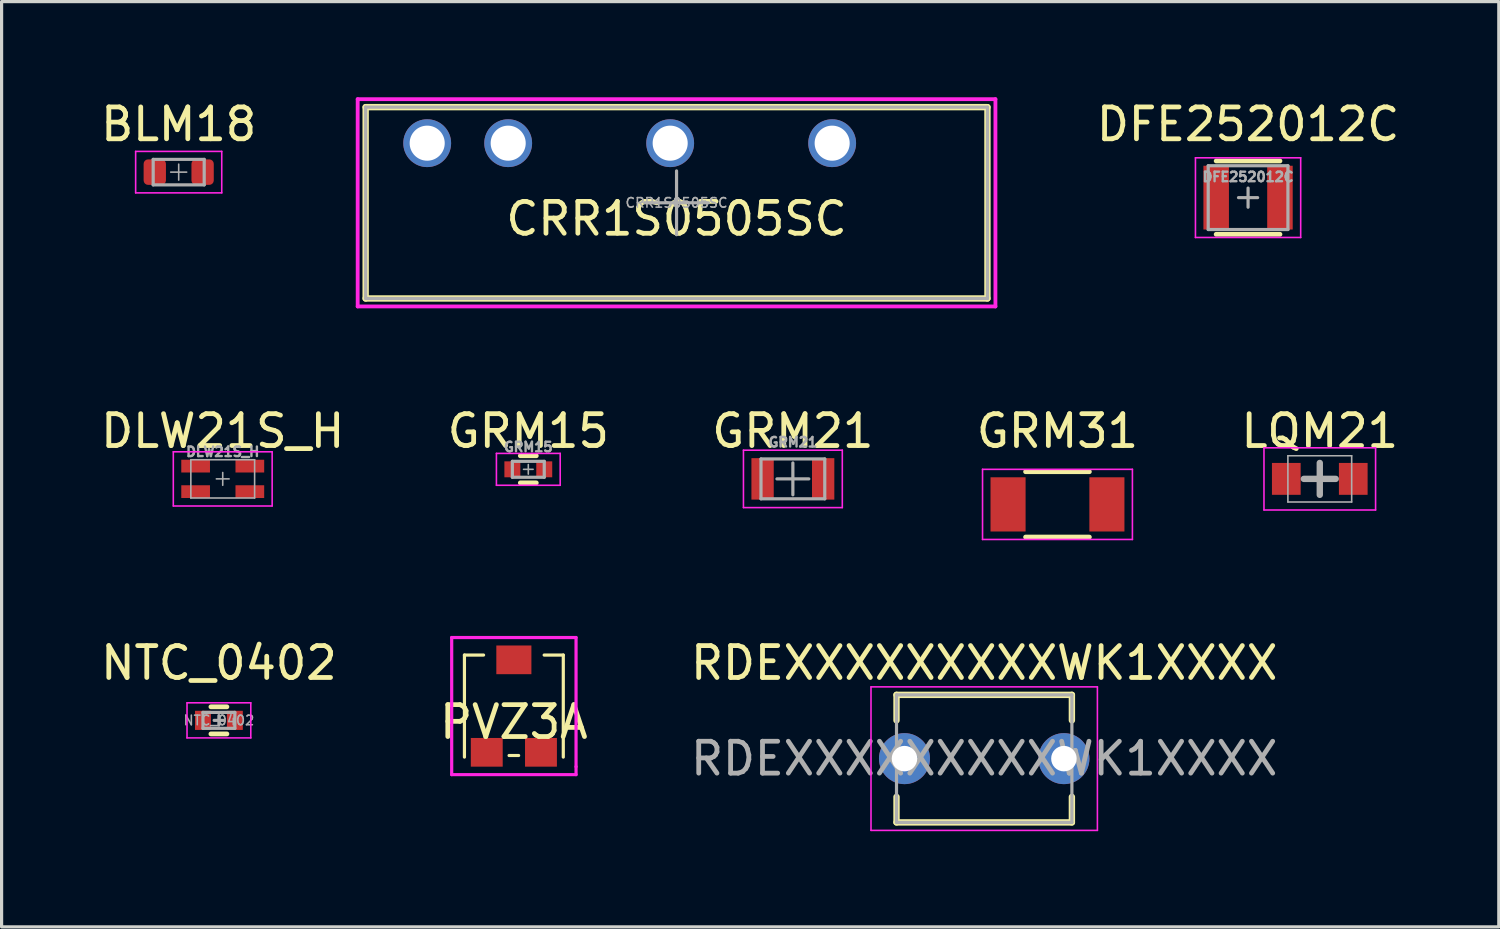
<source format=kicad_pcb>
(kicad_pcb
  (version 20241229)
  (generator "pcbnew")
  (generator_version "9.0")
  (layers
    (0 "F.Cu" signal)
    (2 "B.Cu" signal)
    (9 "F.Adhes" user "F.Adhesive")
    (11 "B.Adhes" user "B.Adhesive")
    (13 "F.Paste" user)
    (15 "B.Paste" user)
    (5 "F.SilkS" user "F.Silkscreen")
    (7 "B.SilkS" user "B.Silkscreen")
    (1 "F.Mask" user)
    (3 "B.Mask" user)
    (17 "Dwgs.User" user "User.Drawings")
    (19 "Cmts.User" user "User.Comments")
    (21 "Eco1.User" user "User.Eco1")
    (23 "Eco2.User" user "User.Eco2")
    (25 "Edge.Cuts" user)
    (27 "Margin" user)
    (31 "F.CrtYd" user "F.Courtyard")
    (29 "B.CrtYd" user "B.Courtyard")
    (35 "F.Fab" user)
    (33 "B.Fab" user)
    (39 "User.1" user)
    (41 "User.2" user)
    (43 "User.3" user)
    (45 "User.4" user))
  (footprint "DLW21S_H"
    (layer "F.Cu")
    (at 3.935 11.968)
    (property "Reference" "DLW21S_H" (at 0 -1.5 0) (layer "F.SilkS") (effects (font (size 1 1) (thickness 0.15))))
    (attr smd)
    (fp_line (start -1.55 -0.85) (end 1.55 -0.85) (stroke (width 0.05) (type solid)) (layer "F.CrtYd"))
    (fp_line (start -1.55 0.85) (end -1.55 -0.85) (stroke (width 0.05) (type solid)) (layer "F.CrtYd"))
    (fp_line (start 1.55 -0.85) (end 1.55 0.85) (stroke (width 0.05) (type solid)) (layer "F.CrtYd"))
    (fp_line (start 1.55 0.85) (end -1.55 0.85) (stroke (width 0.05) (type solid)) (layer "F.CrtYd"))
    (fp_line (start -1 -0.6) (end 1 -0.6) (stroke (width 0.05) (type solid)) (layer "F.Fab"))
    (fp_line (start -1 0.6) (end -1 -0.6) (stroke (width 0.05) (type solid)) (layer "F.Fab"))
    (fp_line (start -0.2 0) (end 0.2 0) (stroke (width 0.05) (type solid)) (layer "F.Fab"))
    (fp_line (start 0 -0.2) (end 0 0.2) (stroke (width 0.05) (type solid)) (layer "F.Fab"))
    (fp_line (start 1 -0.6) (end 1 0.6) (stroke (width 0.05) (type solid)) (layer "F.Fab"))
    (fp_line (start 1 0.6) (end -1 0.6) (stroke (width 0.05) (type solid)) (layer "F.Fab"))
    (fp_text user "${REFERENCE}" (at 0 -0.85 0) (layer "F.Fab") (effects (font (size 0.3 0.3) (thickness 0.075))))
    (pad "1" smd rect (at -0.85 -0.4) (size 0.9 0.4) (layers "F.Cu" "F.Mask" "F.Paste"))
    (pad "2" smd rect (at 0.85 -0.4) (size 0.9 0.4) (layers "F.Cu" "F.Mask" "F.Paste"))
    (pad "3" smd rect (at 0.85 0.4) (size 0.9 0.4) (layers "F.Cu" "F.Mask" "F.Paste"))
    (pad "4" smd rect (at -0.85 0.4) (size 0.9 0.4) (layers "F.Cu" "F.Mask" "F.Paste")))
  (footprint "DFE252012C"
    (layer "F.Cu")
    (at 36.09 3.148)
    (property "Reference" "DFE252012C" (at 0 -2.3 0) (layer "F.SilkS") (effects (font (size 1 1) (thickness 0.15))))
    (attr smd)
    (fp_line (start -1 1.15) (end 1 1.15) (stroke (width 0.15) (type solid)) (layer "F.SilkS"))
    (fp_line (start 1 -1.15) (end -1 -1.15) (stroke (width 0.15) (type solid)) (layer "F.SilkS"))
    (fp_line (start -1.65 -1.25) (end -1.65 1.25) (stroke (width 0.05) (type solid)) (layer "F.CrtYd"))
    (fp_line (start -1.65 -1.25) (end 1.65 -1.25) (stroke (width 0.05) (type solid)) (layer "F.CrtYd"))
    (fp_line (start -1.65 1.25) (end 1.65 1.25) (stroke (width 0.05) (type solid)) (layer "F.CrtYd"))
    (fp_line (start 1.65 -1.25) (end 1.65 1.25) (stroke (width 0.05) (type solid)) (layer "F.CrtYd"))
    (fp_line (start -1.25 -1) (end 1.25 -1) (stroke (width 0.1) (type solid)) (layer "F.Fab"))
    (fp_line (start -1.25 1) (end -1.25 -1) (stroke (width 0.1) (type solid)) (layer "F.Fab"))
    (fp_line (start -0.3 0) (end 0.3 0) (stroke (width 0.1) (type solid)) (layer "F.Fab"))
    (fp_line (start 0 -0.3) (end 0 0.3) (stroke (width 0.1) (type solid)) (layer "F.Fab"))
    (fp_line (start 1.25 -1) (end 1.25 1) (stroke (width 0.1) (type solid)) (layer "F.Fab"))
    (fp_line (start 1.25 1) (end -1.25 1) (stroke (width 0.1) (type solid)) (layer "F.Fab"))
    (fp_text user "${REFERENCE}" (at 0 -0.65 0) (layer "F.Fab") (effects (font (size 0.3 0.3) (thickness 0.075))))
    (pad "1" smd rect (at -1 0) (size 0.8 2) (layers "F.Cu" "F.Mask" "F.Paste"))
    (pad "2" smd rect (at 1 0) (size 0.8 2) (layers "F.Cu" "F.Mask" "F.Paste")))
  (footprint "BLM18"
    (layer "F.Cu")
    (at 2.554 2.348)
    (property "Reference" "BLM18" (at 0 -1.5 0) (layer "F.SilkS") (effects (font (size 1 1) (thickness 0.15))))
    (attr smd)
    (fp_line (start -1.35 -0.65) (end 1.35 -0.65) (stroke (width 0.05) (type solid)) (layer "F.CrtYd"))
    (fp_line (start -1.35 0.65) (end -1.35 -0.65) (stroke (width 0.05) (type solid)) (layer "F.CrtYd"))
    (fp_line (start 1.35 -0.65) (end 1.35 0.65) (stroke (width 0.05) (type solid)) (layer "F.CrtYd"))
    (fp_line (start 1.35 0.65) (end -1.35 0.65) (stroke (width 0.05) (type solid)) (layer "F.CrtYd"))
    (fp_line (start -0.8 -0.4) (end 0.8 -0.4) (stroke (width 0.1) (type solid)) (layer "F.Fab"))
    (fp_line (start -0.8 0.4) (end -0.8 -0.4) (stroke (width 0.1) (type solid)) (layer "F.Fab"))
    (fp_line (start -0.25 0) (end 0.25 0) (stroke (width 0.05) (type solid)) (layer "F.Fab"))
    (fp_line (start 0 -0.25) (end 0 0.25) (stroke (width 0.05) (type solid)) (layer "F.Fab"))
    (fp_line (start 0.8 -0.4) (end 0.8 0.4) (stroke (width 0.1) (type solid)) (layer "F.Fab"))
    (fp_line (start 0.8 0.4) (end -0.8 0.4) (stroke (width 0.1) (type solid)) (layer "F.Fab"))
    (pad "1" smd roundrect (at -0.75 0) (size 0.7 0.8) (layers "F.Cu" "F.Mask" "F.Paste") (roundrect_rratio 0.2))
    (pad "2" smd roundrect (at 0.75 0) (size 0.7 0.8) (layers "F.Cu" "F.Mask" "F.Paste") (roundrect_rratio 0.2)))
  (footprint "LQM21"
    (layer "F.Cu")
    (at 38.339 11.968)
    (property "Reference" "LQM21" (at 0 -1.5 0) (layer "F.SilkS") (effects (font (size 1 1) (thickness 0.15))))
    (attr smd)
    (fp_line (start -1.75 -0.975) (end 1.75 -0.975) (stroke (width 0.05) (type solid)) (layer "F.CrtYd"))
    (fp_line (start -1.75 0.975) (end -1.75 -0.975) (stroke (width 0.05) (type solid)) (layer "F.CrtYd"))
    (fp_line (start 1.75 -0.975) (end 1.75 0.975) (stroke (width 0.05) (type solid)) (layer "F.CrtYd"))
    (fp_line (start 1.75 0.975) (end -1.75 0.975) (stroke (width 0.05) (type solid)) (layer "F.CrtYd"))
    (fp_line (start -1 -0.725) (end 1 -0.725) (stroke (width 0.05) (type solid)) (layer "F.Fab"))
    (fp_line (start -1 0.725) (end -1 -0.725) (stroke (width 0.05) (type solid)) (layer "F.Fab"))
    (fp_line (start -0.5 0) (end 0.5 0) (stroke (width 0.2) (type solid)) (layer "F.Fab"))
    (fp_line (start 0 -0.5) (end 0 0.5) (stroke (width 0.2) (type solid)) (layer "F.Fab"))
    (fp_line (start 1 -0.725) (end 1 0.725) (stroke (width 0.05) (type solid)) (layer "F.Fab"))
    (fp_line (start 1 0.725) (end -1 0.725) (stroke (width 0.05) (type solid)) (layer "F.Fab"))
    (pad "1" smd rect (at -1.05 0) (size 0.9 1) (layers "F.Cu" "F.Mask" "F.Paste"))
    (pad "2" smd rect (at 1.05 0) (size 0.9 1) (layers "F.Cu" "F.Mask" "F.Paste")))
  (footprint "NTC_0402"
    (layer "F.Cu")
    (at 3.815 19.541)
    (property "Reference" "NTC_0402" (at 0 -1.8 0) (layer "F.SilkS") (effects (font (size 1 1) (thickness 0.15))))
    (attr smd)
    (fp_line (start -0.25 0.425) (end 0.25 0.425) (stroke (width 0.15) (type solid)) (layer "F.SilkS"))
    (fp_line (start 0.25 -0.425) (end -0.25 -0.425) (stroke (width 0.15) (type solid)) (layer "F.SilkS"))
    (fp_line (start -1 -0.55) (end -1 0.55) (stroke (width 0.05) (type solid)) (layer "F.CrtYd"))
    (fp_line (start -1 -0.55) (end 1 -0.55) (stroke (width 0.05) (type solid)) (layer "F.CrtYd"))
    (fp_line (start -1 0.55) (end 1 0.55) (stroke (width 0.05) (type solid)) (layer "F.CrtYd"))
    (fp_line (start 1 -0.55) (end 1 0.55) (stroke (width 0.05) (type solid)) (layer "F.CrtYd"))
    (fp_line (start -0.5 -0.25) (end 0.5 -0.25) (stroke (width 0.1) (type solid)) (layer "F.Fab"))
    (fp_line (start -0.5 0.25) (end -0.5 -0.25) (stroke (width 0.1) (type solid)) (layer "F.Fab"))
    (fp_line (start -0.15 0) (end 0.15 0) (stroke (width 0.1) (type solid)) (layer "F.Fab"))
    (fp_line (start 0 -0.15) (end 0 0.15) (stroke (width 0.1) (type solid)) (layer "F.Fab"))
    (fp_line (start 0.5 -0.25) (end 0.5 0.25) (stroke (width 0.1) (type solid)) (layer "F.Fab"))
    (fp_line (start 0.5 0.25) (end -0.5 0.25) (stroke (width 0.1) (type solid)) (layer "F.Fab"))
    (fp_text user "${REFERENCE}" (at 0 0 0) (layer "F.Fab") (effects (font (size 0.3 0.3) (thickness 0.05))))
    (pad "1" smd rect (at -0.5 0) (size 0.5 0.6) (layers "F.Cu" "F.Mask" "F.Paste"))
    (pad "2" smd rect (at 0.5 0) (size 0.5 0.6) (layers "F.Cu" "F.Mask" "F.Paste")))
  (footprint "PVZ3A"
    (layer "F.Cu")
    (at 13.065 19.093)
    (property "Reference" "PVZ3A" (at 0 0.5 0) (layer "F.SilkS") (effects (font (size 1 1) (thickness 0.15))))
    (attr smd)
    (fp_line (start -1.55 -1.6) (end -1.55 1.6) (stroke (width 0.1) (type solid)) (layer "F.SilkS"))
    (fp_line (start -1.55 -1.6) (end -0.95 -1.6) (stroke (width 0.1) (type solid)) (layer "F.SilkS"))
    (fp_line (start -0.15 1.55) (end 0.15 1.55) (stroke (width 0.1) (type solid)) (layer "F.SilkS"))
    (fp_line (start 0.95 -1.6) (end 1.55 -1.6) (stroke (width 0.1) (type solid)) (layer "F.SilkS"))
    (fp_line (start 1.55 -1.6) (end 1.55 1.6) (stroke (width 0.1) (type solid)) (layer "F.SilkS"))
    (fp_line (start -1.95 -2.15) (end 1.95 -2.15) (stroke (width 0.1) (type solid)) (layer "F.CrtYd"))
    (fp_line (start -1.95 2.15) (end -1.95 -2.15) (stroke (width 0.1) (type solid)) (layer "F.CrtYd"))
    (fp_line (start 1.95 -2.15) (end 1.95 1.9) (stroke (width 0.1) (type solid)) (layer "F.CrtYd"))
    (fp_line (start 1.95 1.9) (end 1.95 2.15) (stroke (width 0.1) (type solid)) (layer "F.CrtYd"))
    (fp_line (start 1.95 2.15) (end -1.95 2.15) (stroke (width 0.1) (type solid)) (layer "F.CrtYd"))
    (pad "1" smd rect (at -0.85 1.45) (size 1 0.9) (layers "F.Cu" "F.Mask" "F.Paste"))
    (pad "2" smd rect (at 0 -1.45) (size 1.1 0.9) (layers "F.Cu" "F.Mask" "F.Paste"))
    (pad "3" smd rect (at 0.85 1.45) (size 1 0.9) (layers "F.Cu" "F.Mask" "F.Paste")))
  (footprint "RDEXXXXXXXXXWK1XXXX"
    (layer "F.Cu")
    (at 27.815 20.741)
    (property "Reference" "RDEXXXXXXXXXWK1XXXX" (at 0 -3 0) (layer "F.SilkS") (effects (font (size 1 1) (thickness 0.15))))
    (attr through_hole)
    (fp_line (start -2.75 -2) (end -2.75 -1.2) (stroke (width 0.2) (type solid)) (layer "F.SilkS"))
    (fp_line (start -2.75 -2) (end 2.75 -2) (stroke (width 0.2) (type solid)) (layer "F.SilkS"))
    (fp_line (start -2.75 2) (end -2.75 1.2) (stroke (width 0.2) (type solid)) (layer "F.SilkS"))
    (fp_line (start -2.75 2) (end 2.75 2) (stroke (width 0.2) (type solid)) (layer "F.SilkS"))
    (fp_line (start 2.75 -2) (end 2.75 -1.2) (stroke (width 0.2) (type solid)) (layer "F.SilkS"))
    (fp_line (start 2.75 2) (end 2.75 1.2) (stroke (width 0.2) (type solid)) (layer "F.SilkS"))
    (fp_line (start -3.55 -2.25) (end -3.55 2.25) (stroke (width 0.05) (type solid)) (layer "F.CrtYd"))
    (fp_line (start -3.55 -2.25) (end 3.55 -2.25) (stroke (width 0.05) (type solid)) (layer "F.CrtYd"))
    (fp_line (start -3.55 2.25) (end 3.55 2.25) (stroke (width 0.05) (type solid)) (layer "F.CrtYd"))
    (fp_line (start 3.55 2.25) (end 3.55 -2.25) (stroke (width 0.05) (type solid)) (layer "F.CrtYd"))
    (fp_line (start -2.75 -2) (end -2.75 2) (stroke (width 0.1) (type solid)) (layer "F.Fab"))
    (fp_line (start -2.75 2) (end 2.75 2) (stroke (width 0.1) (type solid)) (layer "F.Fab"))
    (fp_line (start 2.75 -2) (end -2.75 -2) (stroke (width 0.1) (type solid)) (layer "F.Fab"))
    (fp_line (start 2.75 2) (end 2.75 -2) (stroke (width 0.1) (type solid)) (layer "F.Fab"))
    (fp_text user "${REFERENCE}" (at 0 0 0) (layer "F.Fab") (effects (font (size 1 1) (thickness 0.15))))
    (pad "1" thru_hole circle (at -2.5 0) (size 1.6 1.6) (drill 0.8) (layers "*.Cu" "*.Mask"))
    (pad "2" thru_hole circle (at 2.5 0) (size 1.6 1.6) (drill 0.8) (layers "*.Cu" "*.Mask")))
  (footprint "GRM21"
    (layer "F.Cu")
    (at 21.815 11.968)
    (property "Reference" "GRM21" (at 0 -1.5 0) (layer "F.SilkS") (effects (font (size 1 1) (thickness 0.15))))
    (attr smd)
    (fp_line (start -1.55 -0.9) (end 1.55 -0.9) (stroke (width 0.05) (type solid)) (layer "F.CrtYd"))
    (fp_line (start -1.55 0.9) (end -1.55 -0.9) (stroke (width 0.05) (type solid)) (layer "F.CrtYd"))
    (fp_line (start 1.55 -0.9) (end 1.55 0.9) (stroke (width 0.05) (type solid)) (layer "F.CrtYd"))
    (fp_line (start 1.55 0.9) (end -1.55 0.9) (stroke (width 0.05) (type solid)) (layer "F.CrtYd"))
    (fp_line (start -1 -0.625) (end 1 -0.625) (stroke (width 0.1) (type solid)) (layer "F.Fab"))
    (fp_line (start -1 0.625) (end -1 -0.625) (stroke (width 0.1) (type solid)) (layer "F.Fab"))
    (fp_line (start -0.5 0) (end 0.5 0) (stroke (width 0.1) (type solid)) (layer "F.Fab"))
    (fp_line (start 0 -0.5) (end 0 0.5) (stroke (width 0.1) (type solid)) (layer "F.Fab"))
    (fp_line (start 1 -0.625) (end 1 0.625) (stroke (width 0.1) (type solid)) (layer "F.Fab"))
    (fp_line (start 1 0.625) (end -1 0.625) (stroke (width 0.1) (type solid)) (layer "F.Fab"))
    (fp_text user "${REFERENCE}" (at 0 -1.15 0) (layer "F.Fab") (effects (font (size 0.3 0.3) (thickness 0.075))))
    (pad "1" smd rect (at -0.95 0) (size 0.7 1.3) (layers "F.Cu" "F.Mask" "F.Paste"))
    (pad "2" smd rect (at 0.95 0) (size 0.7 1.3) (layers "F.Cu" "F.Mask" "F.Paste")))
  (footprint "GRM15"
    (layer "F.Cu")
    (at 13.518 11.668)
    (property "Reference" "GRM15" (at 0 -1.2 0) (layer "F.SilkS") (effects (font (size 1 1) (thickness 0.15))))
    (attr smd)
    (fp_line (start -0.25 0.425) (end 0.25 0.425) (stroke (width 0.15) (type solid)) (layer "F.SilkS"))
    (fp_line (start 0.25 -0.425) (end -0.25 -0.425) (stroke (width 0.15) (type solid)) (layer "F.SilkS"))
    (fp_line (start -1 -0.5) (end 1 -0.5) (stroke (width 0.05) (type solid)) (layer "F.CrtYd"))
    (fp_line (start -1 0.5) (end -1 -0.5) (stroke (width 0.05) (type solid)) (layer "F.CrtYd"))
    (fp_line (start 1 -0.5) (end 1 0.5) (stroke (width 0.05) (type solid)) (layer "F.CrtYd"))
    (fp_line (start 1 0.5) (end -1 0.5) (stroke (width 0.05) (type solid)) (layer "F.CrtYd"))
    (fp_line (start -0.5 -0.25) (end 0.5 -0.25) (stroke (width 0.1) (type solid)) (layer "F.Fab"))
    (fp_line (start -0.5 0.25) (end -0.5 -0.25) (stroke (width 0.1) (type solid)) (layer "F.Fab"))
    (fp_line (start -0.15 0) (end 0.15 0) (stroke (width 0.05) (type solid)) (layer "F.Fab"))
    (fp_line (start 0 -0.15) (end 0 0.15) (stroke (width 0.05) (type solid)) (layer "F.Fab"))
    (fp_line (start 0.5 -0.25) (end 0.5 0.25) (stroke (width 0.1) (type solid)) (layer "F.Fab"))
    (fp_line (start 0.5 0.25) (end -0.5 0.25) (stroke (width 0.1) (type solid)) (layer "F.Fab"))
    (fp_text user "${REFERENCE}" (at 0 -0.7 0) (layer "F.Fab") (effects (font (size 0.3 0.3) (thickness 0.075))))
    (pad "1" smd rect (at -0.5 0) (size 0.5 0.5) (layers "F.Cu" "F.Mask" "F.Paste"))
    (pad "2" smd rect (at 0.5 0) (size 0.5 0.5) (layers "F.Cu" "F.Mask" "F.Paste")))
  (footprint "CRR1S0505SC"
    (layer "F.Cu")
    (at 18.167 3.31)
    (property "Reference" "CRR1S0505SC" (at 0 0.5 0) (layer "F.SilkS") (effects (font (size 1 1) (thickness 0.15))))
    (attr through_hole)
    (fp_line (start -9.75 -3) (end -9.75 3) (stroke (width 0.2) (type solid)) (layer "F.SilkS"))
    (fp_line (start -9.75 3) (end 9.75 3) (stroke (width 0.2) (type solid)) (layer "F.SilkS"))
    (fp_line (start 9.75 -3) (end -9.75 -3) (stroke (width 0.2) (type solid)) (layer "F.SilkS"))
    (fp_line (start 9.75 3) (end 9.75 -3) (stroke (width 0.2) (type solid)) (layer "F.SilkS"))
    (fp_line (start -10 -3.25) (end 10 -3.25) (stroke (width 0.12) (type solid)) (layer "F.CrtYd"))
    (fp_line (start -10 3.25) (end -10 -3.25) (stroke (width 0.12) (type solid)) (layer "F.CrtYd"))
    (fp_line (start 10 -3.25) (end 10 3.25) (stroke (width 0.12) (type solid)) (layer "F.CrtYd"))
    (fp_line (start 10 3.25) (end -10 3.25) (stroke (width 0.12) (type solid)) (layer "F.CrtYd"))
    (fp_line (start -9.75 -3) (end -9.75 3) (stroke (width 0.1) (type solid)) (layer "F.Fab"))
    (fp_line (start -9.75 3) (end 9.75 3) (stroke (width 0.1) (type solid)) (layer "F.Fab"))
    (fp_line (start -1 0) (end 1 0) (stroke (width 0.1) (type solid)) (layer "F.Fab"))
    (fp_line (start 0 -1) (end 0 1) (stroke (width 0.1) (type solid)) (layer "F.Fab"))
    (fp_line (start 9.75 -3) (end -9.75 -3) (stroke (width 0.1) (type solid)) (layer "F.Fab"))
    (fp_line (start 9.75 3) (end 9.75 -3) (stroke (width 0.1) (type solid)) (layer "F.Fab"))
    (fp_text user "${REFERENCE}" (at 0 0 0) (layer "F.Fab") (effects (font (size 0.3 0.3) (thickness 0.05))))
    (pad "1" thru_hole circle (at -7.82 -1.87) (size 1.5 1.5) (drill 1.1) (layers "*.Cu" "*.Mask"))
    (pad "2" thru_hole circle (at -5.28 -1.87) (size 1.5 1.5) (drill 1.1) (layers "*.Cu" "*.Mask"))
    (pad "4" thru_hole circle (at -0.2 -1.87) (size 1.5 1.5) (drill 1.1) (layers "*.Cu" "*.Mask"))
    (pad "6" thru_hole circle (at 4.88 -1.87) (size 1.5 1.5) (drill 1.1) (layers "*.Cu" "*.Mask")))
  (footprint "GRM31"
    (layer "F.Cu")
    (at 30.113 12.768)
    (property "Reference" "GRM31" (at 0 -2.3 0) (layer "F.SilkS") (effects (font (size 1 1) (thickness 0.15))))
    (attr smd)
    (fp_line (start -1 1.025) (end 1 1.025) (stroke (width 0.15) (type solid)) (layer "F.SilkS"))
    (fp_line (start 1 -1.025) (end -1 -1.025) (stroke (width 0.15) (type solid)) (layer "F.SilkS"))
    (fp_line (start -2.35 -1.1) (end -2.35 1.1) (stroke (width 0.05) (type solid)) (layer "F.CrtYd"))
    (fp_line (start -2.35 -1.1) (end 2.35 -1.1) (stroke (width 0.05) (type solid)) (layer "F.CrtYd"))
    (fp_line (start -2.35 1.1) (end 2.35 1.1) (stroke (width 0.05) (type solid)) (layer "F.CrtYd"))
    (fp_line (start 2.35 -1.1) (end 2.35 1.1) (stroke (width 0.05) (type solid)) (layer "F.CrtYd"))
    (pad "1" smd rect (at -1.55 0) (size 1.1 1.7) (layers "F.Cu" "F.Mask" "F.Paste"))
    (pad "2" smd rect (at 1.55 0) (size 1.1 1.7) (layers "F.Cu" "F.Mask" "F.Paste")))
  (gr_rect
    (start -3 -3)
    (end 43.953 26.017)
    (stroke (width 0.1) (type default))
    (fill no)
    (layer "Edge.Cuts")))
</source>
